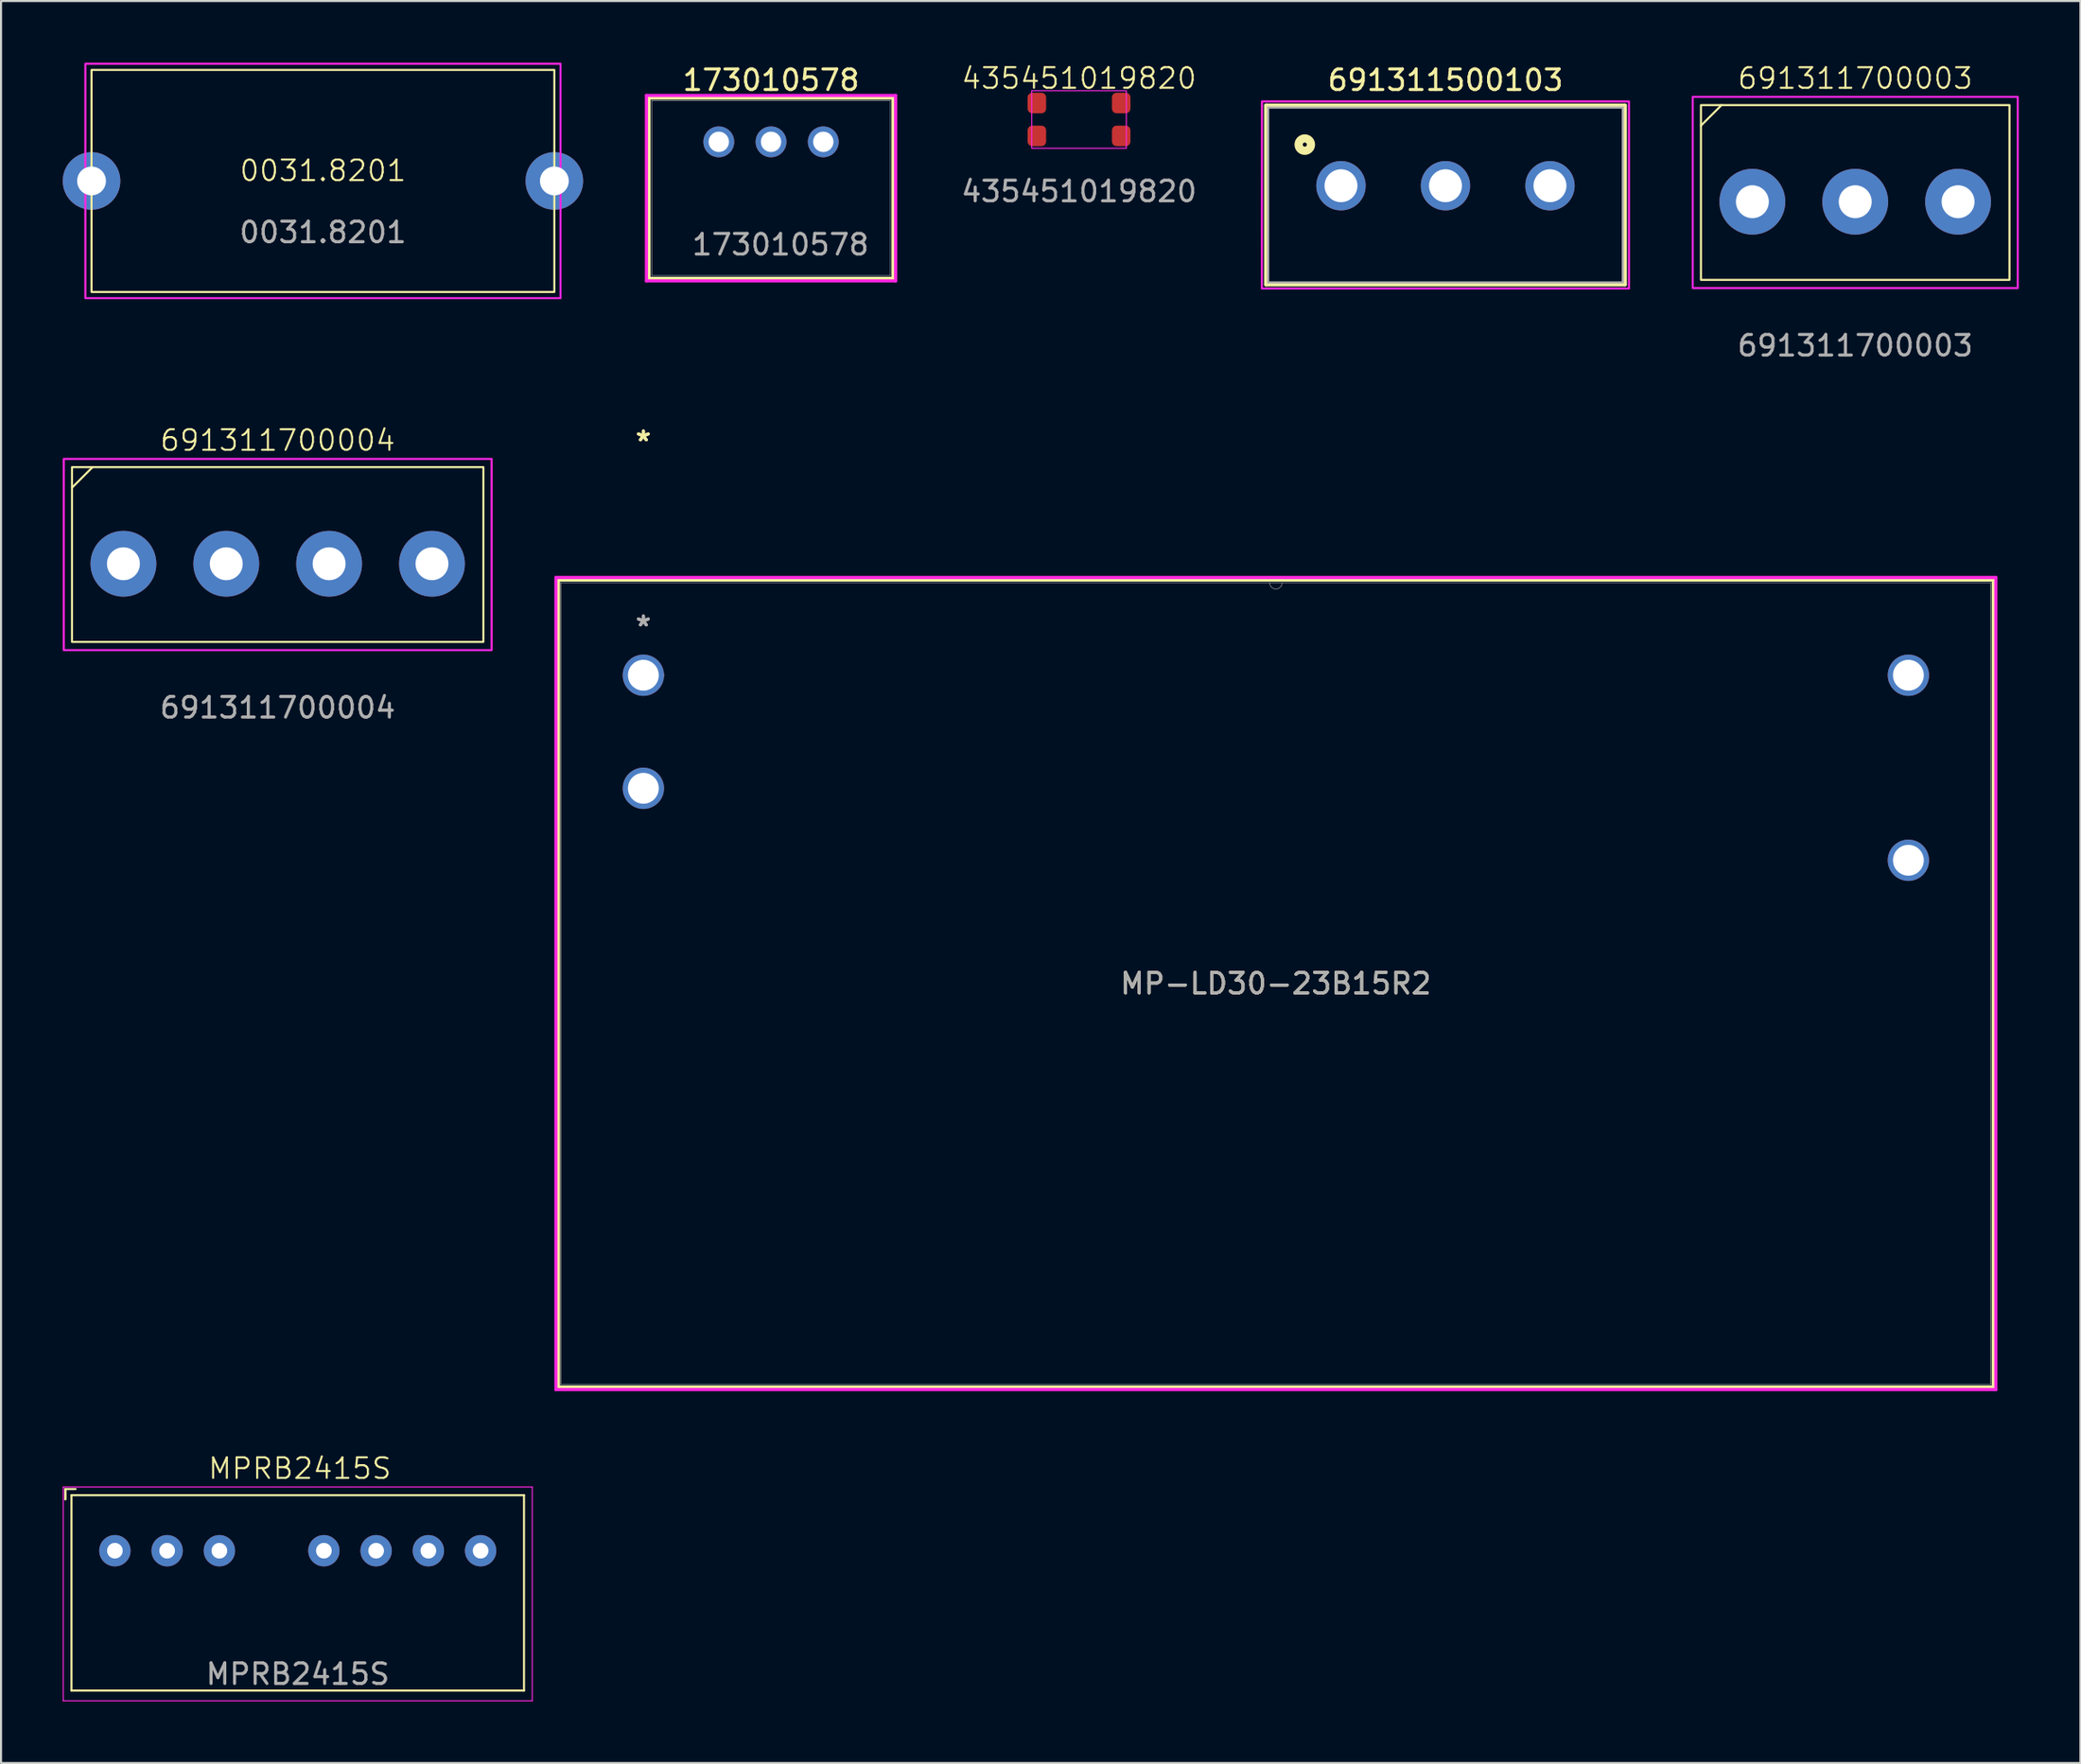
<source format=kicad_pcb>
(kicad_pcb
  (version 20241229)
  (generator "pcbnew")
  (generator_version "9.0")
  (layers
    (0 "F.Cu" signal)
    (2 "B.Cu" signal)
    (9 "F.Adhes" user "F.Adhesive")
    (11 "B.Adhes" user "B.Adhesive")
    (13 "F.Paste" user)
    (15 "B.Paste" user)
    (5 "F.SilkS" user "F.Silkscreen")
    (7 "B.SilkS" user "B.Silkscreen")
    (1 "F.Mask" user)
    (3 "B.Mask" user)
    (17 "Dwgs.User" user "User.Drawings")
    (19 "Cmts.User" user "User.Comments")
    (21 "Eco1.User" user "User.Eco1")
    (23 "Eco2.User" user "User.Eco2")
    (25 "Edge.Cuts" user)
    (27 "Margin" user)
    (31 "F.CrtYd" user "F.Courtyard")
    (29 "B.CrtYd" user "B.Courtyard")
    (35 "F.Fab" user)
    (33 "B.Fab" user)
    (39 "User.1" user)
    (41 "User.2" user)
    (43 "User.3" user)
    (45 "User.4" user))
  (footprint "0031.8201"
    (layer "F.Cu")
    (at 12.65 5.75)
    (property "Reference" "0031.8201" (at 0 -0.5 0) (unlocked yes) (layer "F.SilkS") (effects (font (size 1 1) (thickness 0.1))))
    (attr through_hole)
    (fp_rect (start -11.25 -5.4) (end 11.25 5.4) (stroke (width 0.1) (type default)) (fill no) (layer "F.SilkS"))
    (fp_rect (start -11.55 -5.7) (end 11.55 5.7) (stroke (width 0.1) (type default)) (fill no) (layer "F.CrtYd"))
    (fp_text user "${REFERENCE}" (at 0 2.5 0) (unlocked yes) (layer "F.Fab") (effects (font (size 1 1) (thickness 0.15))))
    (pad "1" thru_hole circle (at -11.25 0) (size 2.8 2.8) (drill 1.4) (layers "*.Cu" "*.Mask"))
    (pad "2" thru_hole circle (at 11.25 0) (size 2.8 2.8) (drill 1.4) (layers "*.Cu" "*.Mask")))
  (footprint "173010578"
    (layer "F.Cu")
    (at 31.894 3.848)
    (property "Reference" "173010578" (at 2.54 -3 0) (unlocked yes) (layer "F.SilkS") (effects (font (size 1 1) (thickness 0.15))))
    (attr through_hole)
    (fp_line (start -3.391 -2.127) (end -3.391 6.636) (stroke (width 0.152) (type solid)) (layer "F.SilkS"))
    (fp_line (start -3.391 6.636) (end 8.471 6.636) (stroke (width 0.152) (type solid)) (layer "F.SilkS"))
    (fp_line (start 8.471 -2.127) (end -3.391 -2.127) (stroke (width 0.152) (type solid)) (layer "F.SilkS"))
    (fp_line (start 8.471 6.636) (end 8.471 -2.127) (stroke (width 0.152) (type solid)) (layer "F.SilkS"))
    (fp_line (start -3.518 -2.255) (end -3.518 6.763) (stroke (width 0.152) (type solid)) (layer "F.CrtYd"))
    (fp_line (start -3.518 6.763) (end 8.598 6.763) (stroke (width 0.152) (type solid)) (layer "F.CrtYd"))
    (fp_line (start 8.598 -2.255) (end -3.518 -2.255) (stroke (width 0.152) (type solid)) (layer "F.CrtYd"))
    (fp_line (start 8.598 6.763) (end 8.598 -2.255) (stroke (width 0.152) (type solid)) (layer "F.CrtYd"))
    (fp_line (start -3.264 -2.001) (end -3.264 6.508) (stroke (width 0.025) (type solid)) (layer "F.Fab"))
    (fp_line (start -3.264 6.508) (end 8.344 6.508) (stroke (width 0.025) (type solid)) (layer "F.Fab"))
    (fp_line (start 8.344 -2.001) (end -3.264 -2.001) (stroke (width 0.025) (type solid)) (layer "F.Fab"))
    (fp_line (start 8.344 6.508) (end 8.344 -2.001) (stroke (width 0.025) (type solid)) (layer "F.Fab"))
    (fp_text user "${REFERENCE}" (at 3 5 0) (unlocked yes) (layer "F.Fab") (effects (font (size 1 1) (thickness 0.15))))
    (pad "1" thru_hole circle (at 5.08 0) (size 1.499 1.499) (drill 0.991) (layers "*.Cu" "*.Mask"))
    (pad "2" thru_hole circle (at 2.54 0) (size 1.499 1.499) (drill 0.991) (layers "*.Cu" "*.Mask"))
    (pad "3" thru_hole circle (at 0 0) (size 1.499 1.499) (drill 0.991) (layers "*.Cu" "*.Mask")))
  (footprint "691311700004"
    (layer "F.Cu")
    (at 10.45 24.369)
    (property "Reference" "691311700004" (at 0 -6 0) (unlocked yes) (layer "F.SilkS") (effects (font (size 1 1) (thickness 0.1))))
    (attr through_hole)
    (fp_line (start -10 -3.7) (end -9 -4.7) (stroke (width 0.1) (type default)) (layer "F.SilkS"))
    (fp_rect (start -10 3.8) (end 10 -4.7) (stroke (width 0.1) (type default)) (fill no) (layer "F.SilkS"))
    (fp_rect (start -10.4 -5.1) (end 10.4 4.2) (stroke (width 0.1) (type default)) (fill no) (layer "F.CrtYd"))
    (fp_text user "${REFERENCE}" (at 0 7 0) (unlocked yes) (layer "F.Fab") (effects (font (size 1 1) (thickness 0.15))))
    (pad "1" thru_hole circle (at -7.5 0) (size 3.2 3.2) (drill 1.6) (layers "*.Cu" "*.Mask"))
    (pad "2" thru_hole circle (at -2.5 0) (size 3.2 3.2) (drill 1.6) (layers "*.Cu" "*.Mask"))
    (pad "3" thru_hole circle (at 2.5 0) (size 3.2 3.2) (drill 1.6) (layers "*.Cu" "*.Mask"))
    (pad "4" thru_hole circle (at 7.5 0) (size 3.2 3.2) (drill 1.6) (layers "*.Cu" "*.Mask")))
  (footprint "MP-LD30-23B15R2"
    (layer "F.Cu")
    (at 28.227 29.79)
    (property "Reference" "MP-LD30-23B15R2" (at 30.75 14.994 0) (unlocked yes) (layer "F.SilkS") (effects (font (size 1 1) (thickness 0.15))))
    (attr through_hole)
    (fp_line (start -4.124 -4.627) (end -4.124 34.616) (stroke (width 0.152) (type solid)) (layer "F.SilkS"))
    (fp_line (start -4.124 34.616) (end 65.624 34.616) (stroke (width 0.152) (type solid)) (layer "F.SilkS"))
    (fp_line (start 65.624 -4.627) (end -4.124 -4.627) (stroke (width 0.152) (type solid)) (layer "F.SilkS"))
    (fp_line (start 65.624 34.616) (end 65.624 -4.627) (stroke (width 0.152) (type solid)) (layer "F.SilkS"))
    (fp_line (start -4.251 -4.754) (end 65.751 -4.754) (stroke (width 0.152) (type solid)) (layer "F.CrtYd"))
    (fp_line (start -4.251 34.743) (end -4.251 -4.754) (stroke (width 0.152) (type solid)) (layer "F.CrtYd"))
    (fp_line (start 65.751 -4.754) (end 65.751 34.743) (stroke (width 0.152) (type solid)) (layer "F.CrtYd"))
    (fp_line (start 65.751 34.743) (end -4.251 34.743) (stroke (width 0.152) (type solid)) (layer "F.CrtYd"))
    (fp_line (start -3.997 -4.5) (end -3.997 34.489) (stroke (width 0.025) (type solid)) (layer "F.Fab"))
    (fp_line (start -3.997 34.489) (end 65.497 34.489) (stroke (width 0.025) (type solid)) (layer "F.Fab"))
    (fp_line (start 65.497 -4.5) (end -3.997 -4.5) (stroke (width 0.025) (type solid)) (layer "F.Fab"))
    (fp_line (start 65.497 34.489) (end 65.497 -4.5) (stroke (width 0.025) (type solid)) (layer "F.Fab"))
    (fp_arc (start 31.054802 -4.500001) (mid 30.750002 -4.195201) (end 30.445202 -4.500001) (stroke (width 0.0254) (type solid)) (layer "F.Fab"))
    (fp_circle (center 1.003 0) (end 1.003 0) (stroke (width 0.025) (type solid)) (fill no) (layer "F.Fab"))
    (fp_text user "*" (at 0 -11.333 0) (unlocked yes) (layer "F.SilkS") (effects (font (size 1 1) (thickness 0.15))))
    (fp_text user "*" (at 0 -11.333 0) (layer "F.SilkS") (effects (font (size 1 1) (thickness 0.15))))
    (fp_text user "*" (at 0 -2.333 0) (unlocked yes) (layer "F.Fab") (effects (font (size 1 1) (thickness 0.15))))
    (fp_text user "*" (at 0 -2.333 0) (layer "F.Fab") (effects (font (size 1 1) (thickness 0.15))))
    (fp_text user "${REFERENCE}" (at 30.75 14.994 0) (unlocked yes) (layer "F.Fab") (effects (font (size 1 1) (thickness 0.15))))
    (pad "1" thru_hole circle (at 0 0) (size 2.007 2.007) (drill 1.499) (layers "*.Cu" "*.Mask"))
    (pad "2" thru_hole circle (at 0 5.5) (size 2.007 2.007) (drill 1.499) (layers "*.Cu" "*.Mask"))
    (pad "3" thru_hole circle (at 61.5 9) (size 2.007 2.007) (drill 1.499) (layers "*.Cu" "*.Mask"))
    (pad "4" thru_hole circle (at 61.5 0) (size 2.007 2.007) (drill 1.499) (layers "*.Cu" "*.Mask")))
  (footprint "691311500103"
    (layer "F.Cu")
    (at 67.222 5.983)
    (property "Reference" "691311500103" (at 0 -5.135 0) (layer "F.SilkS") (effects (font (size 1 1) (thickness 0.15))))
    (attr through_hole)
    (fp_line (start -8.72 -3.9) (end 8.72 -3.9) (stroke (width 0.2) (type solid)) (layer "F.SilkS"))
    (fp_line (start -8.72 4.8) (end -8.72 -3.9) (stroke (width 0.2) (type solid)) (layer "F.SilkS"))
    (fp_line (start 8.72 -3.9) (end 8.72 4.8) (stroke (width 0.2) (type solid)) (layer "F.SilkS"))
    (fp_line (start 8.72 4.8) (end -8.72 4.8) (stroke (width 0.2) (type solid)) (layer "F.SilkS"))
    (fp_circle (center -6.84 -2) (end -6.74 -2) (stroke (width 0.4) (type solid)) (fill no) (layer "F.SilkS"))
    (fp_poly (pts (xy -8.92 -4.1) (xy 8.92 -4.1) (xy 8.92 5) (xy -8.925 5)) (stroke (width 0.1) (type solid)) (fill no) (layer "F.CrtYd"))
    (fp_line (start -8.62 -3.8) (end -8.62 4.7) (stroke (width 0.1) (type solid)) (layer "F.Fab"))
    (fp_line (start -8.62 4.7) (end 8.62 4.7) (stroke (width 0.1) (type solid)) (layer "F.Fab"))
    (fp_line (start 8.62 -3.8) (end -8.62 -3.8) (stroke (width 0.1) (type solid)) (layer "F.Fab"))
    (fp_line (start 8.62 4.7) (end 8.62 -3.8) (stroke (width 0.1) (type solid)) (layer "F.Fab"))
    (pad "1" thru_hole circle (at -5.08 0) (size 2.4 2.4) (drill 1.6) (layers "*.Cu" "*.Mask"))
    (pad "2" thru_hole circle (at 0 0) (size 2.4 2.4) (drill 1.6) (layers "*.Cu" "*.Mask"))
    (pad "3" thru_hole circle (at 5.08 0) (size 2.4 2.4) (drill 1.6) (layers "*.Cu" "*.Mask")))
  (footprint "691311700003"
    (layer "F.Cu")
    (at 87.142 6.761)
    (property "Reference" "691311700003" (at 0 -6 0) (unlocked yes) (layer "F.SilkS") (effects (font (size 1 1) (thickness 0.1))))
    (attr through_hole)
    (fp_line (start -7.5 -3.7) (end -6.5 -4.7) (stroke (width 0.1) (type default)) (layer "F.SilkS"))
    (fp_rect (start -7.5 3.8) (end 7.5 -4.7) (stroke (width 0.1) (type default)) (fill no) (layer "F.SilkS"))
    (fp_rect (start -7.9 -5.1) (end 7.9 4.2) (stroke (width 0.1) (type default)) (fill no) (layer "F.CrtYd"))
    (fp_text user "${REFERENCE}" (at 0 7 0) (unlocked yes) (layer "F.Fab") (effects (font (size 1 1) (thickness 0.15))))
    (pad "1" thru_hole circle (at -5 0) (size 3.2 3.2) (drill 1.6) (layers "*.Cu" "*.Mask"))
    (pad "2" thru_hole circle (at 0 0) (size 3.2 3.2) (drill 1.6) (layers "*.Cu" "*.Mask"))
    (pad "3" thru_hole circle (at 5 0) (size 3.2 3.2) (drill 1.6) (layers "*.Cu" "*.Mask")))
  (footprint "MPRB2415S"
    (layer "F.Cu")
    (at 11.425 72.37)
    (property "Reference" "MPRB2415S" (at 0.1 -4 0) (unlocked yes) (layer "F.SilkS") (effects (font (size 1 1) (thickness 0.1))))
    (attr through_hole)
    (fp_line (start -11.3 -3) (end -11.3 -2.5) (stroke (width 0.1) (type default)) (layer "F.SilkS"))
    (fp_line (start -11.3 -3) (end -10.8 -3) (stroke (width 0.1) (type default)) (layer "F.SilkS"))
    (fp_line (start -11.3 -2.5) (end -11.3 -3) (stroke (width 0.1) (type default)) (layer "F.SilkS"))
    (fp_line (start -11 -2.7) (end -11 6.8) (stroke (width 0.1) (type default)) (layer "F.SilkS"))
    (fp_line (start -11 -2.7) (end 11 -2.7) (stroke (width 0.1) (type default)) (layer "F.SilkS"))
    (fp_line (start 11 -2.7) (end 11 6.8) (stroke (width 0.1) (type default)) (layer "F.SilkS"))
    (fp_line (start 11 6.8) (end -11 6.8) (stroke (width 0.1) (type default)) (layer "F.SilkS"))
    (fp_line (start -11.4 -3.1) (end 11.4 -3.1) (stroke (width 0.05) (type default)) (layer "F.CrtYd"))
    (fp_line (start -11.4 7.3) (end -11.4 -3.1) (stroke (width 0.05) (type default)) (layer "F.CrtYd"))
    (fp_line (start 11.4 -3.1) (end 11.4 7.3) (stroke (width 0.05) (type default)) (layer "F.CrtYd"))
    (fp_line (start 11.4 7.3) (end -11.4 7.3) (stroke (width 0.05) (type default)) (layer "F.CrtYd"))
    (fp_text user "${REFERENCE}" (at 0 6 0) (unlocked yes) (layer "F.Fab") (effects (font (size 1 1) (thickness 0.15))))
    (pad "1" thru_hole circle (at -8.89 0) (size 1.524 1.524) (drill 0.762) (layers "*.Cu" "*.Mask"))
    (pad "2" thru_hole circle (at -6.35 0) (size 1.524 1.524) (drill 0.762) (layers "*.Cu" "*.Mask"))
    (pad "3" thru_hole circle (at -3.81 0) (size 1.524 1.524) (drill 0.762) (layers "*.Cu" "*.Mask"))
    (pad "5" thru_hole circle (at 1.27 0) (size 1.524 1.524) (drill 0.762) (layers "*.Cu" "*.Mask"))
    (pad "6" thru_hole circle (at 3.81 0) (size 1.524 1.524) (drill 0.762) (layers "*.Cu" "*.Mask"))
    (pad "7" thru_hole circle (at 6.35 0) (size 1.524 1.524) (drill 0.762) (layers "*.Cu" "*.Mask"))
    (pad "8" thru_hole circle (at 8.89 0) (size 1.524 1.524) (drill 0.762) (layers "*.Cu" "*.Mask")))
  (footprint "435451019820"
    (layer "F.Cu")
    (at 49.407 2.76)
    (property "Reference" "435451019820" (at 0 -2 0) (unlocked yes) (layer "F.SilkS") (effects (font (size 1 1) (thickness 0.1))))
    (attr smd)
    (fp_rect (start -2.3 -1.4) (end 2.3 1.4) (stroke (width 0.05) (type default)) (fill no) (layer "F.CrtYd"))
    (fp_text user "${REFERENCE}" (at 0 3.5 0) (unlocked yes) (layer "F.Fab") (effects (font (size 1 1) (thickness 0.15))))
    (pad "1" smd roundrect (at -2.05 -0.8) (size 0.9 1) (layers "F.Cu" "F.Mask" "F.Paste") (roundrect_rratio 0.25))
    (pad "1" smd roundrect (at 2.05 -0.8) (size 0.9 1) (layers "F.Cu" "F.Mask" "F.Paste") (roundrect_rratio 0.25))
    (pad "2" smd roundrect (at -2.05 0.8) (size 0.9 1) (layers "F.Cu" "F.Mask" "F.Paste") (roundrect_rratio 0.25))
    (pad "2" smd roundrect (at 2.05 0.8) (size 0.9 1) (layers "F.Cu" "F.Mask" "F.Paste") (roundrect_rratio 0.25)))
  (gr_rect
    (start -3 -3)
    (end 98.092 82.695)
    (stroke (width 0.1) (type default))
    (fill no)
    (layer "Edge.Cuts")))
</source>
